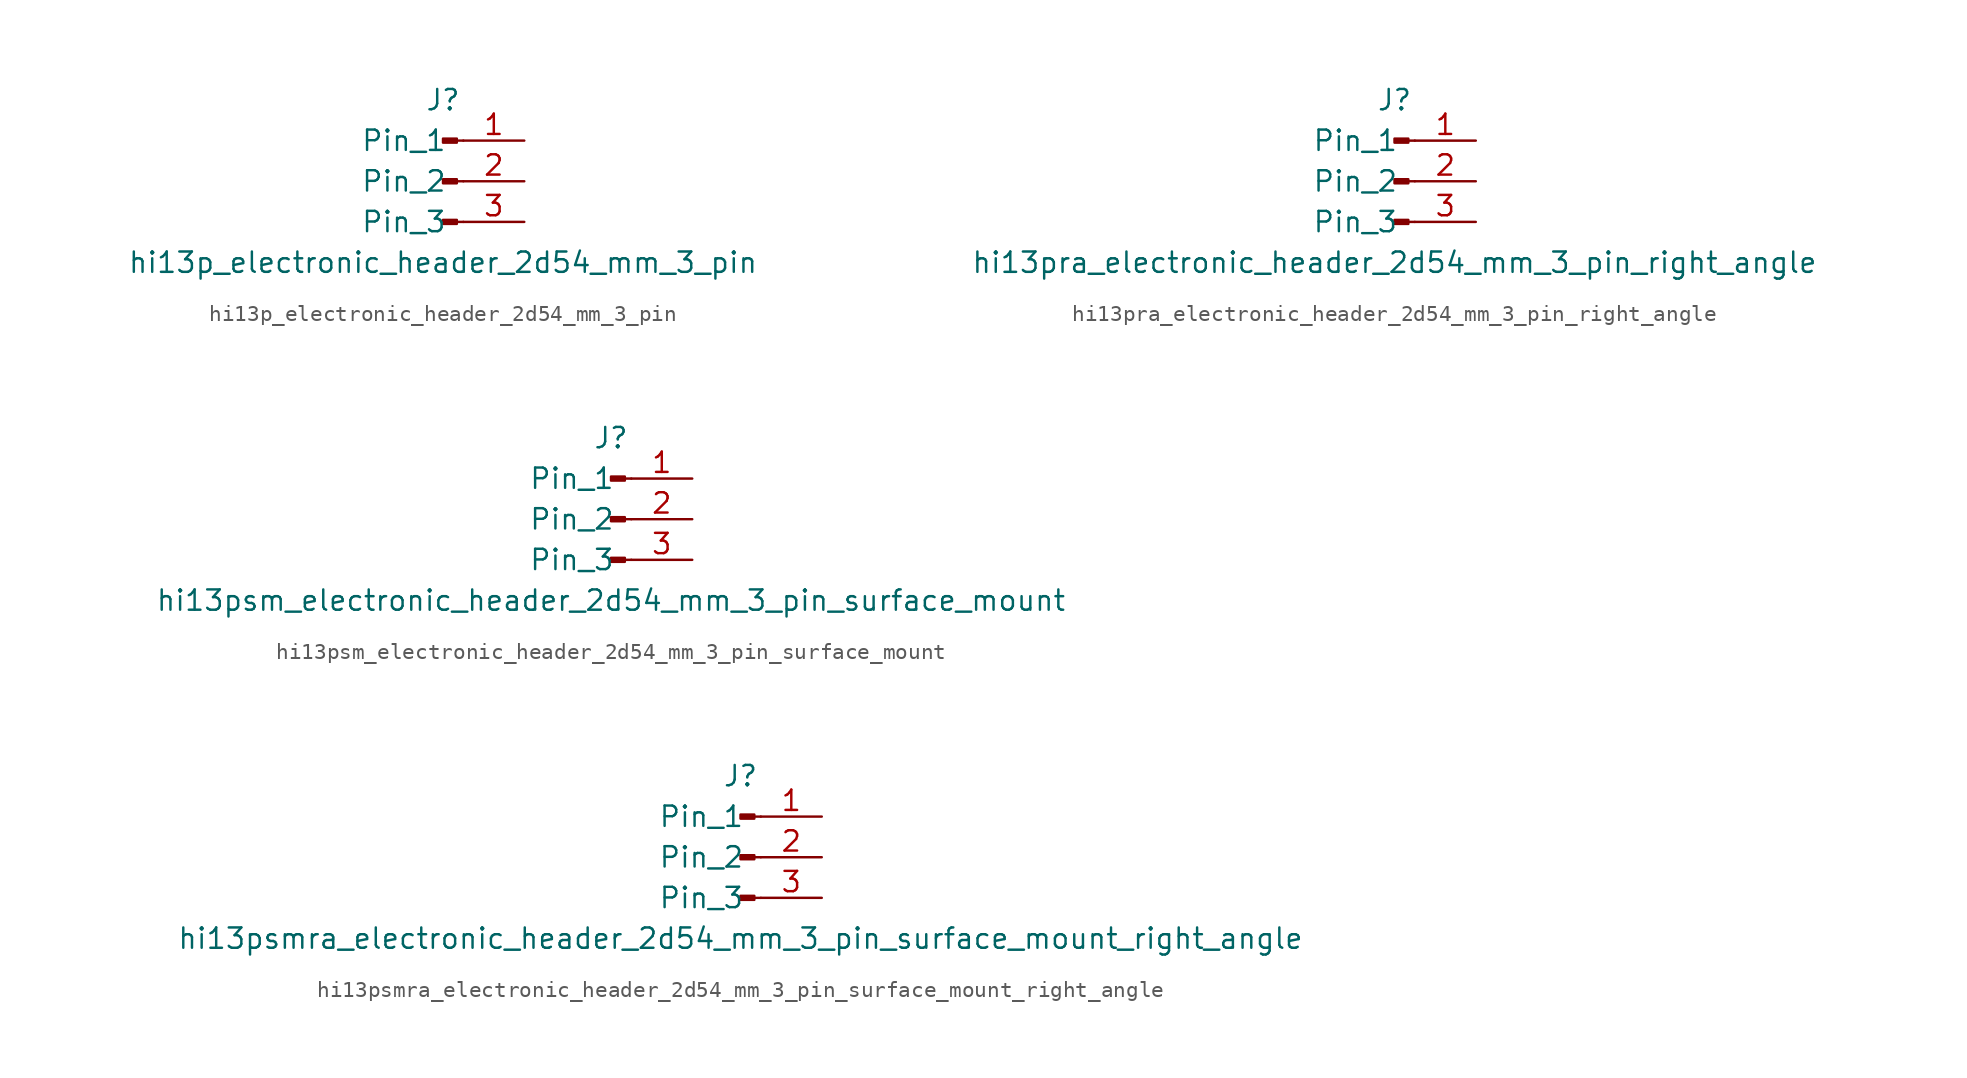
<source format=kicad_sym>
(kicad_symbol_lib
  (version 20220914)
  (generator kicad_symbol_editor)
  (symbol "hi13p_electronic_header_2d54_mm_3_pin"
    (pin_names
      (offset 1.016))
    (property "Reference" "J"
      (at 0 5.08 0)
      (effects (font (size 1.27 1.27))))
    (property "Value" "hi13p_electronic_header_2d54_mm_3_pin"
      (at 0 -5.08 0)
      (effects (font (size 1.27 1.27))))
    (property "ki_locked" ""
      (at 0 0 0)
      (effects (font (size 1.27 1.27))))
    (symbol "hi13p_electronic_header_2d54_mm_3_pin_1_1"
      (polyline (pts (xy 1.27 -2.54) (xy 0.864 -2.54)) (stroke (width 0.152) (type default)) (fill (type none)))
      (polyline (pts (xy 1.27 0) (xy 0.864 0)) (stroke (width 0.152) (type default)) (fill (type none)))
      (polyline (pts (xy 1.27 2.54) (xy 0.864 2.54)) (stroke (width 0.152) (type default)) (fill (type none)))
      (rectangle (start 0.864 -2.413) (end 0 -2.667) (stroke (width 0.152) (type default)) (fill (type outline)))
      (rectangle (start 0.864 0.127) (end 0 -0.127) (stroke (width 0.152) (type default)) (fill (type outline)))
      (rectangle (start 0.864 2.667) (end 0 2.413) (stroke (width 0.152) (type default)) (fill (type outline)))
      (pin passive line (at 5.08 2.54 180) (length 3.81) (name "Pin_1" (effects (font (size 1.27 1.27)))) (number "1" (effects (font (size 1.27 1.27)))))
      (pin passive line (at 5.08 0 180) (length 3.81) (name "Pin_2" (effects (font (size 1.27 1.27)))) (number "2" (effects (font (size 1.27 1.27)))))
      (pin passive line (at 5.08 -2.54 180) (length 3.81) (name "Pin_3" (effects (font (size 1.27 1.27)))) (number "3" (effects (font (size 1.27 1.27)))))))
  (symbol "hi13pra_electronic_header_2d54_mm_3_pin_right_angle"
    (pin_names
      (offset 1.016))
    (property "Reference" "J"
      (at 0 5.08 0)
      (effects (font (size 1.27 1.27))))
    (property "Value" "hi13pra_electronic_header_2d54_mm_3_pin_right_angle"
      (at 0 -5.08 0)
      (effects (font (size 1.27 1.27))))
    (property "ki_locked" ""
      (at 0 0 0)
      (effects (font (size 1.27 1.27))))
    (symbol "hi13pra_electronic_header_2d54_mm_3_pin_right_angle_1_1"
      (polyline (pts (xy 1.27 -2.54) (xy 0.864 -2.54)) (stroke (width 0.152) (type default)) (fill (type none)))
      (polyline (pts (xy 1.27 0) (xy 0.864 0)) (stroke (width 0.152) (type default)) (fill (type none)))
      (polyline (pts (xy 1.27 2.54) (xy 0.864 2.54)) (stroke (width 0.152) (type default)) (fill (type none)))
      (rectangle (start 0.864 -2.413) (end 0 -2.667) (stroke (width 0.152) (type default)) (fill (type outline)))
      (rectangle (start 0.864 0.127) (end 0 -0.127) (stroke (width 0.152) (type default)) (fill (type outline)))
      (rectangle (start 0.864 2.667) (end 0 2.413) (stroke (width 0.152) (type default)) (fill (type outline)))
      (pin passive line (at 5.08 2.54 180) (length 3.81) (name "Pin_1" (effects (font (size 1.27 1.27)))) (number "1" (effects (font (size 1.27 1.27)))))
      (pin passive line (at 5.08 0 180) (length 3.81) (name "Pin_2" (effects (font (size 1.27 1.27)))) (number "2" (effects (font (size 1.27 1.27)))))
      (pin passive line (at 5.08 -2.54 180) (length 3.81) (name "Pin_3" (effects (font (size 1.27 1.27)))) (number "3" (effects (font (size 1.27 1.27)))))))
  (symbol "hi13psm_electronic_header_2d54_mm_3_pin_surface_mount"
    (pin_names
      (offset 1.016))
    (property "Reference" "J"
      (at 0 5.08 0)
      (effects (font (size 1.27 1.27))))
    (property "Value" "hi13psm_electronic_header_2d54_mm_3_pin_surface_mount"
      (at 0 -5.08 0)
      (effects (font (size 1.27 1.27))))
    (property "ki_locked" ""
      (at 0 0 0)
      (effects (font (size 1.27 1.27))))
    (symbol "hi13psm_electronic_header_2d54_mm_3_pin_surface_mount_1_1"
      (polyline (pts (xy 1.27 -2.54) (xy 0.864 -2.54)) (stroke (width 0.152) (type default)) (fill (type none)))
      (polyline (pts (xy 1.27 0) (xy 0.864 0)) (stroke (width 0.152) (type default)) (fill (type none)))
      (polyline (pts (xy 1.27 2.54) (xy 0.864 2.54)) (stroke (width 0.152) (type default)) (fill (type none)))
      (rectangle (start 0.864 -2.413) (end 0 -2.667) (stroke (width 0.152) (type default)) (fill (type outline)))
      (rectangle (start 0.864 0.127) (end 0 -0.127) (stroke (width 0.152) (type default)) (fill (type outline)))
      (rectangle (start 0.864 2.667) (end 0 2.413) (stroke (width 0.152) (type default)) (fill (type outline)))
      (pin passive line (at 5.08 2.54 180) (length 3.81) (name "Pin_1" (effects (font (size 1.27 1.27)))) (number "1" (effects (font (size 1.27 1.27)))))
      (pin passive line (at 5.08 0 180) (length 3.81) (name "Pin_2" (effects (font (size 1.27 1.27)))) (number "2" (effects (font (size 1.27 1.27)))))
      (pin passive line (at 5.08 -2.54 180) (length 3.81) (name "Pin_3" (effects (font (size 1.27 1.27)))) (number "3" (effects (font (size 1.27 1.27)))))))
  (symbol "hi13psmra_electronic_header_2d54_mm_3_pin_surface_mount_right_angle"
    (pin_names
      (offset 1.016))
    (property "Reference" "J"
      (at 0 5.08 0)
      (effects (font (size 1.27 1.27))))
    (property "Value" "hi13psmra_electronic_header_2d54_mm_3_pin_surface_mount_right_angle"
      (at 0 -5.08 0)
      (effects (font (size 1.27 1.27))))
    (property "ki_locked" ""
      (at 0 0 0)
      (effects (font (size 1.27 1.27))))
    (symbol "hi13psmra_electronic_header_2d54_mm_3_pin_surface_mount_right_angle_1_1"
      (polyline (pts (xy 1.27 -2.54) (xy 0.864 -2.54)) (stroke (width 0.152) (type default)) (fill (type none)))
      (polyline (pts (xy 1.27 0) (xy 0.864 0)) (stroke (width 0.152) (type default)) (fill (type none)))
      (polyline (pts (xy 1.27 2.54) (xy 0.864 2.54)) (stroke (width 0.152) (type default)) (fill (type none)))
      (rectangle (start 0.864 -2.413) (end 0 -2.667) (stroke (width 0.152) (type default)) (fill (type outline)))
      (rectangle (start 0.864 0.127) (end 0 -0.127) (stroke (width 0.152) (type default)) (fill (type outline)))
      (rectangle (start 0.864 2.667) (end 0 2.413) (stroke (width 0.152) (type default)) (fill (type outline)))
      (pin passive line (at 5.08 2.54 180) (length 3.81) (name "Pin_1" (effects (font (size 1.27 1.27)))) (number "1" (effects (font (size 1.27 1.27)))))
      (pin passive line (at 5.08 0 180) (length 3.81) (name "Pin_2" (effects (font (size 1.27 1.27)))) (number "2" (effects (font (size 1.27 1.27)))))
      (pin passive line (at 5.08 -2.54 180) (length 3.81) (name "Pin_3" (effects (font (size 1.27 1.27)))) (number "3" (effects (font (size 1.27 1.27))))))))
</source>
